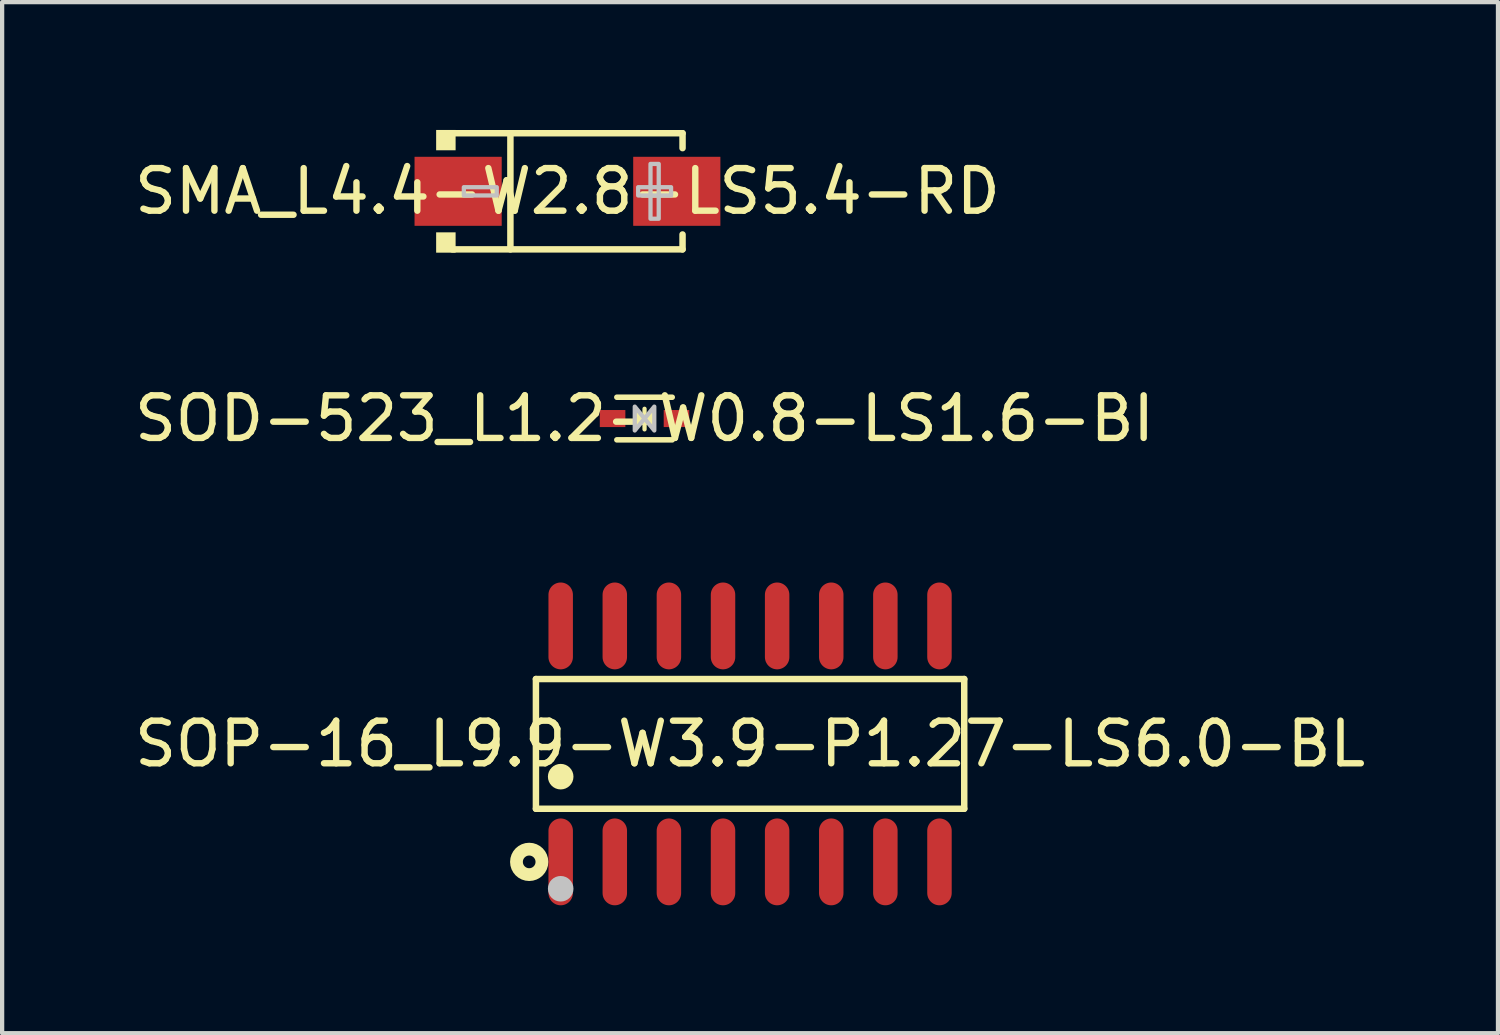
<source format=kicad_pcb>
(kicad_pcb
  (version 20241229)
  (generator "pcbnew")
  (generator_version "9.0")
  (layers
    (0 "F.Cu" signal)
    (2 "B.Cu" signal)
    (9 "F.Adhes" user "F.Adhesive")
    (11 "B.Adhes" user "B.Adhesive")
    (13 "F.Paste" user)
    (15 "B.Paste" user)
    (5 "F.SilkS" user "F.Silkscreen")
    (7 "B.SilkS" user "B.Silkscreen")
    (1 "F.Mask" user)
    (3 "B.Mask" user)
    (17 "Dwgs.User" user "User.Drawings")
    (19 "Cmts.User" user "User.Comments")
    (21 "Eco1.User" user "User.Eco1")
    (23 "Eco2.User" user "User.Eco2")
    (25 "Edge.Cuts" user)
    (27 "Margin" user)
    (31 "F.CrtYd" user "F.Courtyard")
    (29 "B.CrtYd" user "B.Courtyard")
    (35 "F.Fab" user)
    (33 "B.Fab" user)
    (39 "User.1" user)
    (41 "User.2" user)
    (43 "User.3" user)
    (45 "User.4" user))
  (footprint "SMA_L4.4-W2.8-LS5.4-RD"
    (layer "F.Cu")
    (at 10.268 1.44)
    (property "Reference" "SMA_L4.4-W2.8-LS5.4-RD" (at 0 0 0) (layer "F.SilkS") (effects (font (size 1 1) (thickness 0.15))))
    (fp_line (start -2.701 -1.363) (end 2.701 -1.363) (stroke (width 0.152) (type default)) (layer "F.SilkS"))
    (fp_line (start -2.701 1.363) (end 2.701 1.363) (stroke (width 0.152) (type default)) (layer "F.SilkS"))
    (fp_line (start -1.339 -1.363) (end -1.339 1.363) (stroke (width 0.152) (type default)) (layer "F.SilkS"))
    (fp_line (start 2.701 -1.363) (end 2.701 -1.013) (stroke (width 0.152) (type default)) (layer "F.SilkS"))
    (fp_line (start 2.701 1.363) (end 2.701 1.013) (stroke (width 0.152) (type default)) (layer "F.SilkS"))
    (fp_poly (pts (xy -2.625 -1.44) (xy -2.625 -0.963) (xy -3.082 -0.963) (xy -3.082 -1.44)) (stroke (width 0) (type default)) (fill yes) (layer "F.SilkS"))
    (fp_poly (pts (xy -2.625 1.44) (xy -2.625 0.963) (xy -3.082 0.963) (xy -3.082 1.44)) (stroke (width 0) (type default)) (fill yes) (layer "F.SilkS"))
    (fp_poly (pts (xy -2.432 0.097) (xy -2.432 -0.097) (xy -1.659 -0.097) (xy -1.659 0.097)) (stroke (width 0.1) (type default)) (fill no) (layer "Dwgs.User"))
    (fp_poly (pts (xy 2.142 0.644) (xy 2.142 -0.643) (xy 1.949 -0.643) (xy 1.949 0.644)) (stroke (width 0.1) (type default)) (fill no) (layer "Dwgs.User"))
    (fp_poly (pts (xy 2.432 0.097) (xy 2.432 -0.097) (xy 1.659 -0.097) (xy 1.659 0.097)) (stroke (width 0.1) (type default)) (fill no) (layer "Dwgs.User"))
    (fp_poly (pts (xy -2.8 0.725) (xy -2.8 -0.725) (xy -1.65 -0.725) (xy -1.65 0.725)) (stroke (width 0.1) (type default)) (fill no) (layer "User.1"))
    (fp_poly (pts (xy 2.809 -0.725) (xy 2.809 0.725) (xy 1.659 0.725) (xy 1.659 -0.725)) (stroke (width 0.1) (type default)) (fill no) (layer "User.1"))
    (fp_line (start -2.25 -1.375) (end 2.25 -1.375) (stroke (width 0.051) (type default)) (layer "User.2"))
    (fp_line (start -2.25 1.375) (end -2.25 -1.375) (stroke (width 0.051) (type default)) (layer "User.2"))
    (fp_line (start 2.25 -1.375) (end 2.25 1.375) (stroke (width 0.051) (type default)) (layer "User.2"))
    (fp_line (start 2.25 1.375) (end -2.25 1.375) (stroke (width 0.051) (type default)) (layer "User.2"))
    (fp_poly (pts (xy -2.74 1.375) (xy -2.758 1.333) (xy -2.8 1.315) (xy -2.842 1.333) (xy -2.86 1.375) (xy -2.842 1.417) (xy -2.8 1.435) (xy -2.758 1.417)) (stroke (width 0.1) (type default)) (fill no) (layer "User.3"))
    (pad "1" smd rect (at -2.566 0) (size 2.046 1.62) (layers "F.Cu" "F.Mask" "F.Paste"))
    (pad "2" smd rect (at 2.566 0) (size 2.046 1.62) (layers "F.Cu" "F.Mask" "F.Paste")))
  (footprint "SOP-16_L9.9-W3.9-P1.27-LS6.0-BL"
    (layer "F.Cu")
    (at 14.554 14.409)
    (property "Reference" "SOP-16_L9.9-W3.9-P1.27-LS6.0-BL" (at 0 0 0) (layer "F.SilkS") (effects (font (size 1 1) (thickness 0.15))))
    (fp_line (start -5.026 -1.522) (end 5.026 -1.522) (stroke (width 0.152) (type default)) (layer "F.SilkS"))
    (fp_line (start -5.026 1.522) (end -5.026 -1.522) (stroke (width 0.152) (type default)) (layer "F.SilkS"))
    (fp_line (start 5.026 -1.522) (end 5.026 1.522) (stroke (width 0.152) (type default)) (layer "F.SilkS"))
    (fp_line (start 5.026 1.522) (end -5.026 1.522) (stroke (width 0.152) (type default)) (layer "F.SilkS"))
    (fp_circle (center -5.184 2.769) (end -5.035 2.769) (stroke (width 0.3) (type default)) (fill no) (layer "F.SilkS"))
    (fp_circle (center -4.445 0.769) (end -4.295 0.769) (stroke (width 0.3) (type default)) (fill no) (layer "F.SilkS"))
    (fp_circle (center -4.445 3.4) (end -4.295 3.4) (stroke (width 0.3) (type default)) (fill no) (layer "Dwgs.User"))
    (fp_poly (pts (xy -4.66 -2.35) (xy -4.66 -3) (xy -4.23 -3) (xy -4.23 -2.35)) (stroke (width 0.1) (type default)) (fill no) (layer "User.1"))
    (fp_poly (pts (xy -4.66 -1.94) (xy -4.66 -2.36) (xy -4.23 -2.36) (xy -4.23 -1.94)) (stroke (width 0.1) (type default)) (fill no) (layer "User.1"))
    (fp_poly (pts (xy -4.66 2.36) (xy -4.66 1.94) (xy -4.23 1.94) (xy -4.23 2.36)) (stroke (width 0.1) (type default)) (fill no) (layer "User.1"))
    (fp_poly (pts (xy -4.66 3) (xy -4.66 2.35) (xy -4.23 2.35) (xy -4.23 3)) (stroke (width 0.1) (type default)) (fill no) (layer "User.1"))
    (fp_poly (pts (xy -3.39 -2.35) (xy -3.39 -3) (xy -2.96 -3) (xy -2.96 -2.35)) (stroke (width 0.1) (type default)) (fill no) (layer "User.1"))
    (fp_poly (pts (xy -3.39 -1.94) (xy -3.39 -2.36) (xy -2.96 -2.36) (xy -2.96 -1.94)) (stroke (width 0.1) (type default)) (fill no) (layer "User.1"))
    (fp_poly (pts (xy -3.39 2.36) (xy -3.39 1.94) (xy -2.96 1.94) (xy -2.96 2.36)) (stroke (width 0.1) (type default)) (fill no) (layer "User.1"))
    (fp_poly (pts (xy -3.39 3) (xy -3.39 2.35) (xy -2.96 2.35) (xy -2.96 3)) (stroke (width 0.1) (type default)) (fill no) (layer "User.1"))
    (fp_poly (pts (xy -2.12 -2.35) (xy -2.12 -3) (xy -1.69 -3) (xy -1.69 -2.35)) (stroke (width 0.1) (type default)) (fill no) (layer "User.1"))
    (fp_poly (pts (xy -2.12 -1.94) (xy -2.12 -2.36) (xy -1.69 -2.36) (xy -1.69 -1.94)) (stroke (width 0.1) (type default)) (fill no) (layer "User.1"))
    (fp_poly (pts (xy -2.12 2.36) (xy -2.12 1.94) (xy -1.69 1.94) (xy -1.69 2.36)) (stroke (width 0.1) (type default)) (fill no) (layer "User.1"))
    (fp_poly (pts (xy -2.12 3) (xy -2.12 2.35) (xy -1.69 2.35) (xy -1.69 3)) (stroke (width 0.1) (type default)) (fill no) (layer "User.1"))
    (fp_poly (pts (xy -0.85 -2.35) (xy -0.85 -3) (xy -0.42 -3) (xy -0.42 -2.35)) (stroke (width 0.1) (type default)) (fill no) (layer "User.1"))
    (fp_poly (pts (xy -0.85 -1.94) (xy -0.85 -2.36) (xy -0.42 -2.36) (xy -0.42 -1.94)) (stroke (width 0.1) (type default)) (fill no) (layer "User.1"))
    (fp_poly (pts (xy -0.85 2.36) (xy -0.85 1.94) (xy -0.42 1.94) (xy -0.42 2.36)) (stroke (width 0.1) (type default)) (fill no) (layer "User.1"))
    (fp_poly (pts (xy -0.85 3) (xy -0.85 2.35) (xy -0.42 2.35) (xy -0.42 3)) (stroke (width 0.1) (type default)) (fill no) (layer "User.1"))
    (fp_poly (pts (xy 0.42 -2.35) (xy 0.42 -3) (xy 0.85 -3) (xy 0.85 -2.35)) (stroke (width 0.1) (type default)) (fill no) (layer "User.1"))
    (fp_poly (pts (xy 0.42 -1.94) (xy 0.42 -2.36) (xy 0.85 -2.36) (xy 0.85 -1.94)) (stroke (width 0.1) (type default)) (fill no) (layer "User.1"))
    (fp_poly (pts (xy 0.42 2.36) (xy 0.42 1.94) (xy 0.85 1.94) (xy 0.85 2.36)) (stroke (width 0.1) (type default)) (fill no) (layer "User.1"))
    (fp_poly (pts (xy 0.42 3) (xy 0.42 2.35) (xy 0.85 2.35) (xy 0.85 3)) (stroke (width 0.1) (type default)) (fill no) (layer "User.1"))
    (fp_poly (pts (xy 1.69 -2.35) (xy 1.69 -3) (xy 2.12 -3) (xy 2.12 -2.35)) (stroke (width 0.1) (type default)) (fill no) (layer "User.1"))
    (fp_poly (pts (xy 1.69 -1.94) (xy 1.69 -2.36) (xy 2.12 -2.36) (xy 2.12 -1.94)) (stroke (width 0.1) (type default)) (fill no) (layer "User.1"))
    (fp_poly (pts (xy 1.69 2.36) (xy 1.69 1.94) (xy 2.12 1.94) (xy 2.12 2.36)) (stroke (width 0.1) (type default)) (fill no) (layer "User.1"))
    (fp_poly (pts (xy 1.69 3) (xy 1.69 2.35) (xy 2.12 2.35) (xy 2.12 3)) (stroke (width 0.1) (type default)) (fill no) (layer "User.1"))
    (fp_poly (pts (xy 2.96 -2.35) (xy 2.96 -3) (xy 3.39 -3) (xy 3.39 -2.35)) (stroke (width 0.1) (type default)) (fill no) (layer "User.1"))
    (fp_poly (pts (xy 2.96 -1.94) (xy 2.96 -2.36) (xy 3.39 -2.36) (xy 3.39 -1.94)) (stroke (width 0.1) (type default)) (fill no) (layer "User.1"))
    (fp_poly (pts (xy 2.96 2.36) (xy 2.96 1.94) (xy 3.39 1.94) (xy 3.39 2.36)) (stroke (width 0.1) (type default)) (fill no) (layer "User.1"))
    (fp_poly (pts (xy 2.96 3) (xy 2.96 2.35) (xy 3.39 2.35) (xy 3.39 3)) (stroke (width 0.1) (type default)) (fill no) (layer "User.1"))
    (fp_poly (pts (xy 4.23 -2.35) (xy 4.23 -3) (xy 4.66 -3) (xy 4.66 -2.35)) (stroke (width 0.1) (type default)) (fill no) (layer "User.1"))
    (fp_poly (pts (xy 4.23 -1.94) (xy 4.23 -2.36) (xy 4.66 -2.36) (xy 4.66 -1.94)) (stroke (width 0.1) (type default)) (fill no) (layer "User.1"))
    (fp_poly (pts (xy 4.23 2.36) (xy 4.23 1.94) (xy 4.66 1.94) (xy 4.66 2.36)) (stroke (width 0.1) (type default)) (fill no) (layer "User.1"))
    (fp_poly (pts (xy 4.23 3) (xy 4.23 2.35) (xy 4.66 2.35) (xy 4.66 3)) (stroke (width 0.1) (type default)) (fill no) (layer "User.1"))
    (fp_line (start -4.95 -1.95) (end 4.95 -1.95) (stroke (width 0.051) (type default)) (layer "User.2"))
    (fp_line (start -4.95 1.95) (end -4.95 -1.95) (stroke (width 0.051) (type default)) (layer "User.2"))
    (fp_line (start 4.95 -1.95) (end 4.95 1.95) (stroke (width 0.051) (type default)) (layer "User.2"))
    (fp_line (start 4.95 1.95) (end -4.95 1.95) (stroke (width 0.051) (type default)) (layer "User.2"))
    (fp_poly (pts (xy -4.89 3) (xy -4.908 2.958) (xy -4.95 2.94) (xy -4.992 2.958) (xy -5.01 3) (xy -4.992 3.042) (xy -4.95 3.06) (xy -4.908 3.042)) (stroke (width 0.1) (type default)) (fill no) (layer "User.3"))
    (pad "1" smd oval (at -4.445 2.769) (size 0.574 2.038) (layers "F.Cu" "F.Mask" "F.Paste"))
    (pad "2" smd oval (at -3.175 2.769) (size 0.574 2.038) (layers "F.Cu" "F.Mask" "F.Paste"))
    (pad "3" smd oval (at -1.905 2.769) (size 0.574 2.038) (layers "F.Cu" "F.Mask" "F.Paste"))
    (pad "4" smd oval (at -0.635 2.769) (size 0.574 2.038) (layers "F.Cu" "F.Mask" "F.Paste"))
    (pad "5" smd oval (at 0.635 2.769) (size 0.574 2.038) (layers "F.Cu" "F.Mask" "F.Paste"))
    (pad "6" smd oval (at 1.905 2.769) (size 0.574 2.038) (layers "F.Cu" "F.Mask" "F.Paste"))
    (pad "7" smd oval (at 3.175 2.769) (size 0.574 2.038) (layers "F.Cu" "F.Mask" "F.Paste"))
    (pad "8" smd oval (at 4.445 2.769) (size 0.574 2.038) (layers "F.Cu" "F.Mask" "F.Paste"))
    (pad "9" smd oval (at 4.445 -2.769) (size 0.574 2.038) (layers "F.Cu" "F.Mask" "F.Paste"))
    (pad "10" smd oval (at 3.175 -2.769) (size 0.574 2.038) (layers "F.Cu" "F.Mask" "F.Paste"))
    (pad "11" smd oval (at 1.905 -2.769) (size 0.574 2.038) (layers "F.Cu" "F.Mask" "F.Paste"))
    (pad "12" smd oval (at 0.635 -2.769) (size 0.574 2.038) (layers "F.Cu" "F.Mask" "F.Paste"))
    (pad "13" smd oval (at -0.635 -2.769) (size 0.574 2.038) (layers "F.Cu" "F.Mask" "F.Paste"))
    (pad "14" smd oval (at -1.905 -2.769) (size 0.574 2.038) (layers "F.Cu" "F.Mask" "F.Paste"))
    (pad "15" smd oval (at -3.175 -2.769) (size 0.574 2.038) (layers "F.Cu" "F.Mask" "F.Paste"))
    (pad "16" smd oval (at -4.445 -2.769) (size 0.574 2.038) (layers "F.Cu" "F.Mask" "F.Paste")))
  (footprint "SOD-523_L1.2-W0.8-LS1.6-BI"
    (layer "F.Cu")
    (at 12.077 6.773)
    (property "Reference" "SOD-523_L1.2-W0.8-LS1.6-BI" (at 0 0 0) (layer "F.SilkS") (effects (font (size 1 1) (thickness 0.15))))
    (fp_line (start -0.65 -0.5) (end 0.65 -0.5) (stroke (width 0.13) (type default)) (layer "F.SilkS"))
    (fp_line (start -0.65 0.5) (end 0.65 0.5) (stroke (width 0.13) (type default)) (layer "F.SilkS"))
    (fp_line (start 0 -0.229) (end 0 0.254) (stroke (width 0.1) (type default)) (layer "F.SilkS"))
    (fp_poly (pts (xy 0 0) (xy -0.229 0.28) (xy -0.229 -0.28)) (stroke (width 0) (type default)) (fill yes) (layer "F.SilkS"))
    (fp_poly (pts (xy 0 0) (xy 0.229 -0.28) (xy 0.229 0.28)) (stroke (width 0) (type default)) (fill yes) (layer "F.SilkS"))
    (fp_poly (pts (xy -0.229 -0.28) (xy -0.229 0.28) (xy 0 0)) (stroke (width 0.1) (type default)) (fill no) (layer "Dwgs.User"))
    (fp_poly (pts (xy 0.229 -0.28) (xy 0.229 0.28) (xy 0 0)) (stroke (width 0.1) (type default)) (fill no) (layer "Dwgs.User"))
    (fp_poly (pts (xy -0.8 -0.15) (xy -0.463 -0.15) (xy -0.463 0.15) (xy -0.8 0.15)) (stroke (width 0.1) (type default)) (fill no) (layer "User.1"))
    (fp_poly (pts (xy 0.8 0.152) (xy 0.463 0.152) (xy 0.463 -0.147) (xy 0.8 -0.147)) (stroke (width 0.1) (type default)) (fill no) (layer "User.1"))
    (fp_line (start -0.6 -0.4) (end 0.6 -0.4) (stroke (width 0.051) (type default)) (layer "User.2"))
    (fp_line (start -0.6 0.4) (end -0.6 -0.4) (stroke (width 0.051) (type default)) (layer "User.2"))
    (fp_line (start 0.6 -0.4) (end 0.6 0.4) (stroke (width 0.051) (type default)) (layer "User.2"))
    (fp_line (start 0.6 0.4) (end -0.6 0.4) (stroke (width 0.051) (type default)) (layer "User.2"))
    (fp_poly (pts (xy -0.74 0.4) (xy -0.758 0.358) (xy -0.8 0.34) (xy -0.842 0.358) (xy -0.86 0.4) (xy -0.842 0.442) (xy -0.8 0.46) (xy -0.758 0.442)) (stroke (width 0.1) (type default)) (fill no) (layer "User.3"))
    (pad "1" smd rect (at -0.75 0) (size 0.6 0.4) (layers "F.Cu" "F.Mask" "F.Paste"))
    (pad "2" smd rect (at 0.75 0 180) (size 0.6 0.4) (layers "F.Cu" "F.Mask" "F.Paste")))
  (gr_rect
    (start -3 -3)
    (end 32.107 21.198)
    (stroke (width 0.1) (type default))
    (fill no)
    (layer "Edge.Cuts")))
</source>
